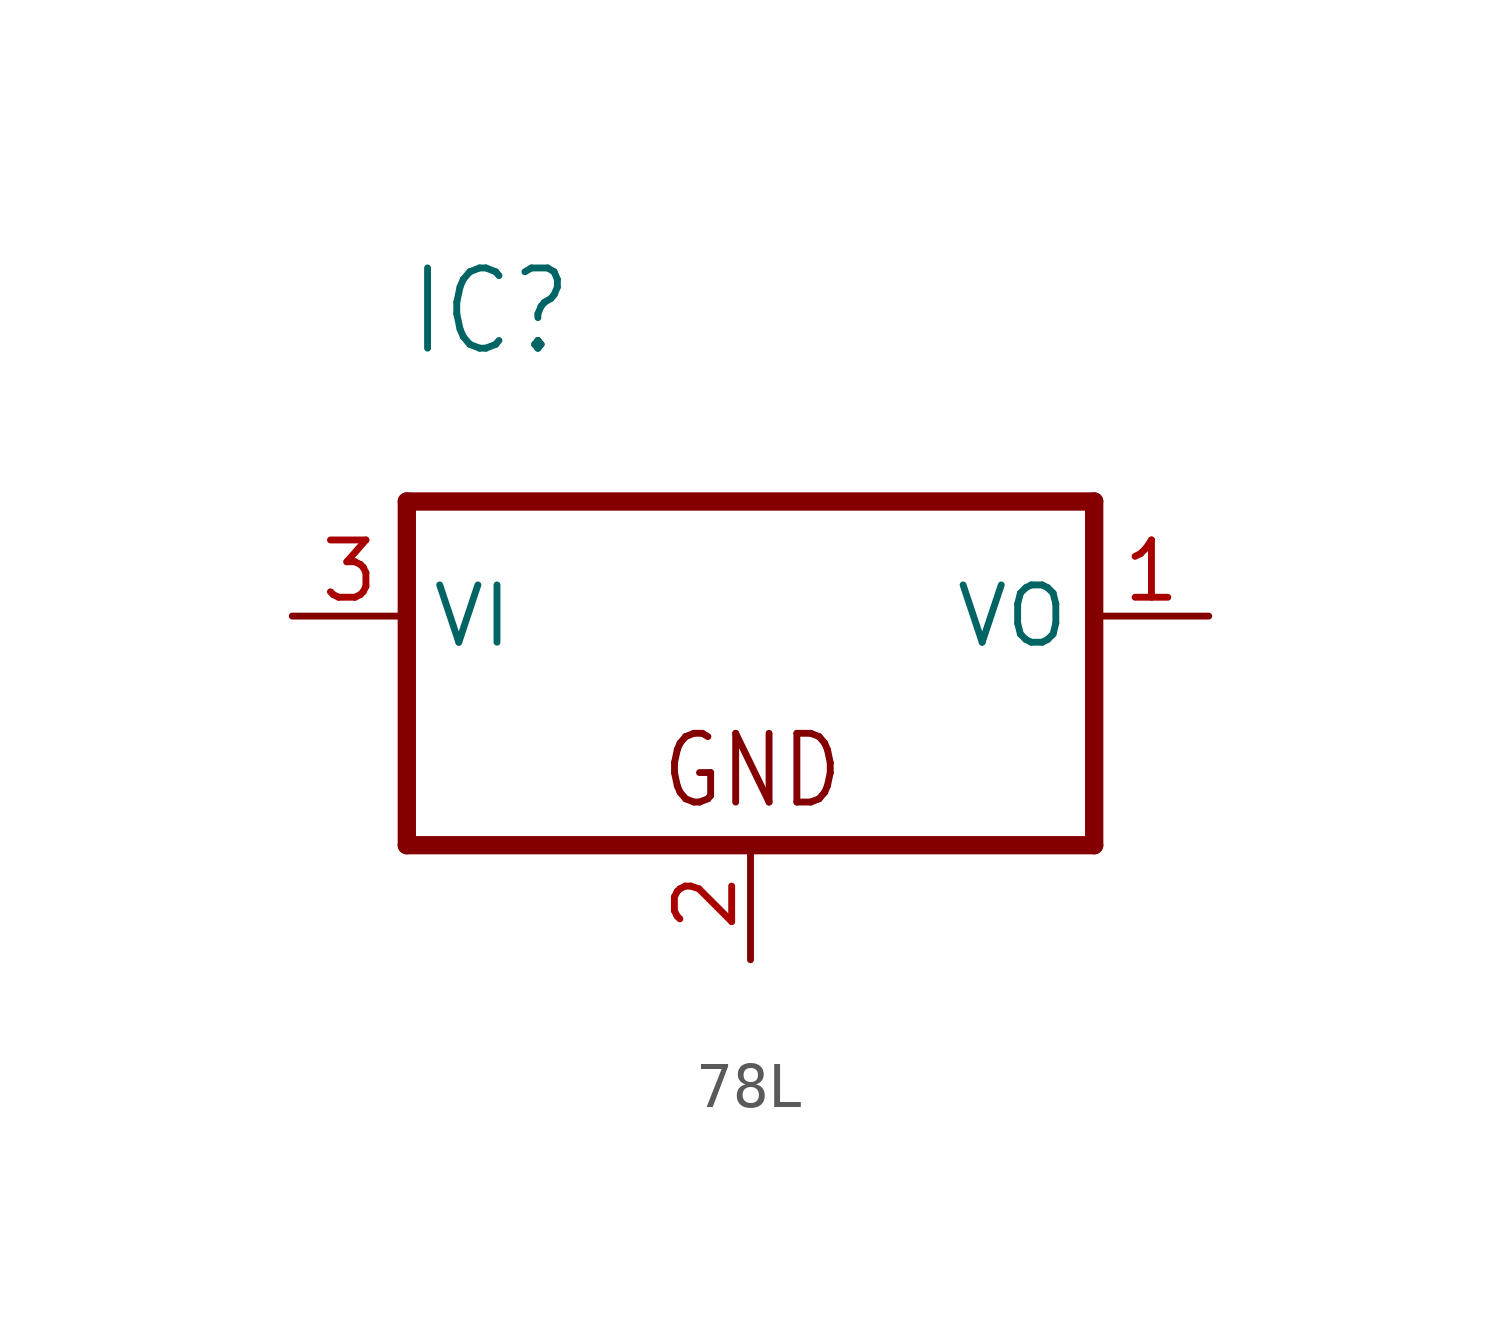
<source format=kicad_sym>
(kicad_symbol_lib
  (version 20220914)
  (generator kicad_symbol_editor)
  (symbol "78L"
    (property "Reference" "IC"
      (at -7.62 5.715 0)
      (effects (font (size 1.778 1.511)) (justify left bottom)))
    (property "Value" ""
      (at -7.62 3.175 0)
      (effects (font (size 1.778 1.511)) (justify left bottom)))
    (property "ki_locked" ""
      (at 0 0 0)
      (effects (font (size 1.27 1.27))))
    (symbol "78L_1_0"
      (polyline (pts (xy -7.62 -5.08) (xy 7.62 -5.08)) (stroke (width 0.406) (type solid)) (fill (type none)))
      (polyline (pts (xy -7.62 2.54) (xy -7.62 -5.08)) (stroke (width 0.406) (type solid)) (fill (type none)))
      (polyline (pts (xy 7.62 -5.08) (xy 7.62 2.54)) (stroke (width 0.406) (type solid)) (fill (type none)))
      (polyline (pts (xy 7.62 2.54) (xy -7.62 2.54)) (stroke (width 0.406) (type solid)) (fill (type none)))
      (text "GND" (at -2.032 -4.318 0) (effects (font (size 1.524 1.295)) (justify left bottom)))
      (pin passive line (at 10.16 0 180) (length 2.54) (name "VO" (effects (font (size 1.27 1.27)))) (number "1" (effects (font (size 1.27 1.27)))))
      (pin passive line (at 0 -7.62 90) (length 2.54) (name "GND" (effects (font (size 0 0)))) (number "2" (effects (font (size 1.27 1.27)))))
      (pin input line (at -10.16 0 0) (length 2.54) (name "VI" (effects (font (size 1.27 1.27)))) (number "3" (effects (font (size 1.27 1.27))))))))
</source>
